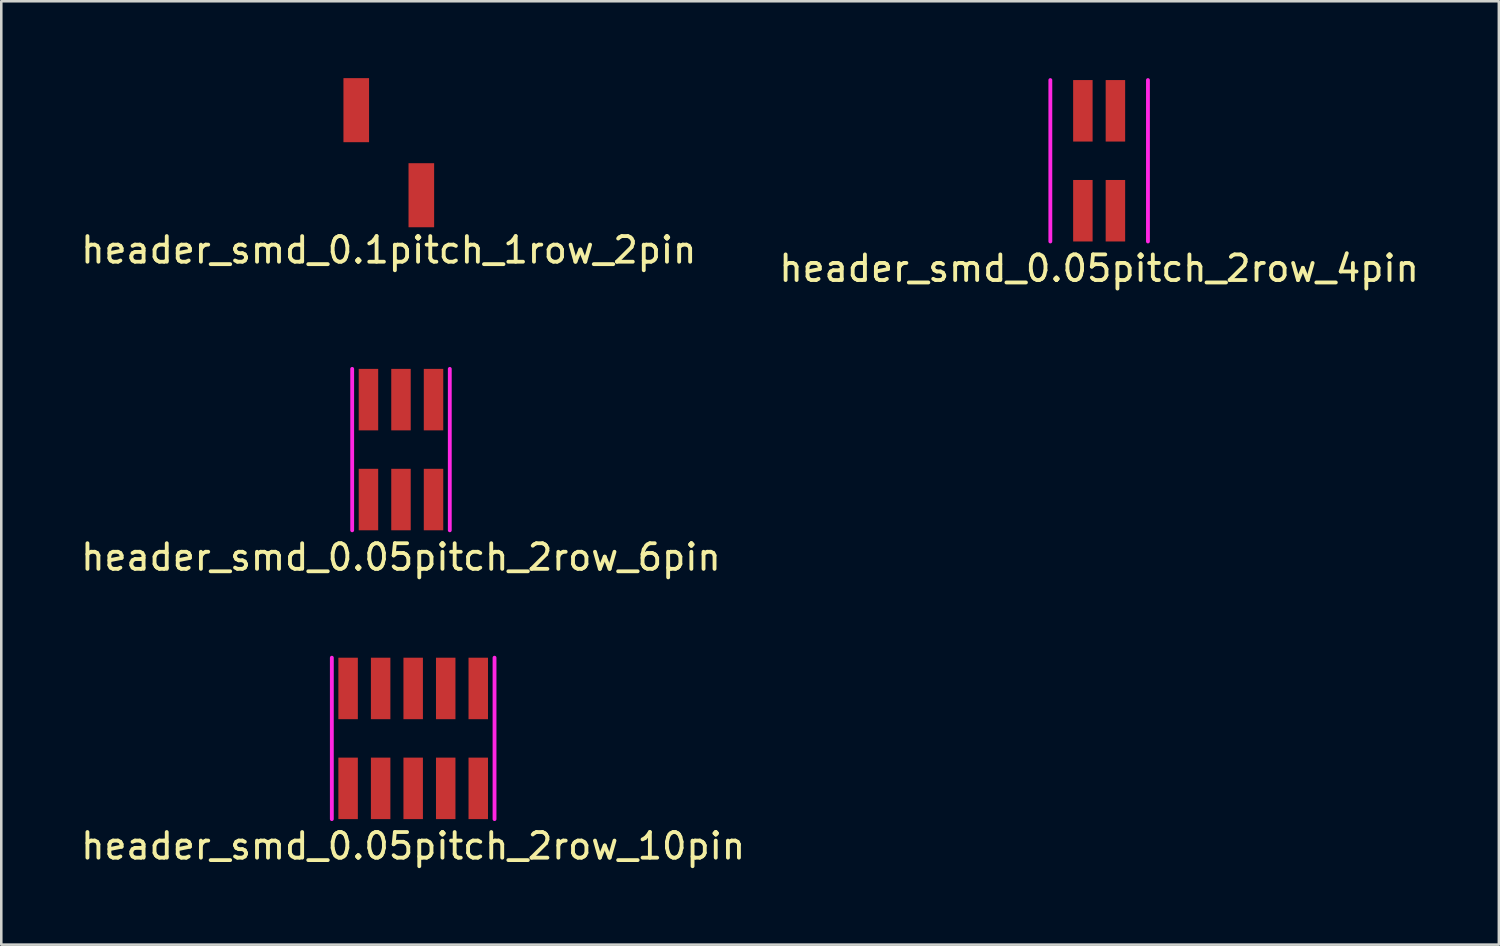
<source format=kicad_pcb>
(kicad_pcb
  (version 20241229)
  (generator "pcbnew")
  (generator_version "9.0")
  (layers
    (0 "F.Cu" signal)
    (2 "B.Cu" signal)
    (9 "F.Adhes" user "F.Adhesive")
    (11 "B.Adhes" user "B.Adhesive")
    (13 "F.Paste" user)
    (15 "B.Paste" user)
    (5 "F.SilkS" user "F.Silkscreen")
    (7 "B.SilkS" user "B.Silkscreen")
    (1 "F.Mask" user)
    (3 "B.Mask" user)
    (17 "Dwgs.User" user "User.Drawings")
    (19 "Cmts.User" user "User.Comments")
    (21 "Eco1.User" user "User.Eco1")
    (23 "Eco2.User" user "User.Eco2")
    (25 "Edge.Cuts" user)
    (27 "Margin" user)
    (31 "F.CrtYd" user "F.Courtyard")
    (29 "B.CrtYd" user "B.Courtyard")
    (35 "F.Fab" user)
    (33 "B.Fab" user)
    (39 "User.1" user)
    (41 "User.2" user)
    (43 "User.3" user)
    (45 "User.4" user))
  (footprint "header_smd_0.05pitch_2row_6pin"
    (layer "F.Cu")
    (at 12.601 14.498)
    (property "Reference" "header_smd_0.05pitch_2row_6pin" (at 0 4.2 0) (layer "F.SilkS") (effects (font (size 1 1) (thickness 0.15))))
    (attr through_hole)
    (fp_line (start -1.905 -3.15) (end -1.905 3.15) (stroke (width 0.15) (type solid)) (layer "F.CrtYd"))
    (fp_line (start 1.905 -3.15) (end 1.905 3.15) (stroke (width 0.15) (type solid)) (layer "F.CrtYd"))
    (pad "1" smd rect (at -1.27 1.95) (size 0.76 2.4) (layers "F.Cu" "F.Mask" "F.Paste"))
    (pad "2" smd rect (at -1.27 -1.95) (size 0.76 2.4) (layers "F.Cu" "F.Mask" "F.Paste"))
    (pad "3" smd rect (at 0 1.95) (size 0.76 2.4) (layers "F.Cu" "F.Mask" "F.Paste"))
    (pad "4" smd rect (at 0 -1.95) (size 0.76 2.4) (layers "F.Cu" "F.Mask" "F.Paste"))
    (pad "5" smd rect (at 1.27 1.95) (size 0.76 2.4) (layers "F.Cu" "F.Mask" "F.Paste"))
    (pad "6" smd rect (at 1.27 -1.95) (size 0.76 2.4) (layers "F.Cu" "F.Mask" "F.Paste")))
  (footprint "header_smd_0.05pitch_2row_4pin"
    (layer "F.Cu")
    (at 39.851 3.225)
    (property "Reference" "header_smd_0.05pitch_2row_4pin" (at 0 4.2 0) (layer "F.SilkS") (effects (font (size 1 1) (thickness 0.15))))
    (attr through_hole)
    (fp_line (start -1.905 -3.15) (end -1.905 3.15) (stroke (width 0.15) (type solid)) (layer "F.CrtYd"))
    (fp_line (start 1.905 -3.15) (end 1.905 3.15) (stroke (width 0.15) (type solid)) (layer "F.CrtYd"))
    (pad "1" smd rect (at -0.635 1.95) (size 0.76 2.4) (layers "F.Cu" "F.Mask" "F.Paste"))
    (pad "2" smd rect (at -0.635 -1.95) (size 0.76 2.4) (layers "F.Cu" "F.Mask" "F.Paste"))
    (pad "3" smd rect (at 0.635 1.95) (size 0.76 2.4) (layers "F.Cu" "F.Mask" "F.Paste"))
    (pad "4" smd rect (at 0.635 -1.95) (size 0.76 2.4) (layers "F.Cu" "F.Mask" "F.Paste")))
  (footprint "header_smd_0.1pitch_1row_2pin"
    (layer "F.Cu")
    (at 12.125 2.91)
    (property "Reference" "header_smd_0.1pitch_1row_2pin" (at 0 3.8 0) (layer "F.SilkS") (effects (font (size 1 1) (thickness 0.15))))
    (attr through_hole)
    (pad "1" smd rect (at -1.27 -1.66) (size 1 2.5) (layers "F.Cu" "F.Mask" "F.Paste"))
    (pad "2" smd rect (at 1.27 1.66) (size 1 2.5) (layers "F.Cu" "F.Mask" "F.Paste")))
  (footprint "header_smd_0.05pitch_2row_10pin"
    (layer "F.Cu")
    (at 13.077 25.771)
    (property "Reference" "header_smd_0.05pitch_2row_10pin" (at 0 4.2 0) (layer "F.SilkS") (effects (font (size 1 1) (thickness 0.15))))
    (attr through_hole)
    (fp_line (start -3.175 -3.15) (end -3.175 3.15) (stroke (width 0.15) (type solid)) (layer "F.CrtYd"))
    (fp_line (start 3.175 -3.15) (end 3.175 3.15) (stroke (width 0.15) (type solid)) (layer "F.CrtYd"))
    (pad "1" smd rect (at -2.54 1.95) (size 0.76 2.4) (layers "F.Cu" "F.Mask" "F.Paste"))
    (pad "2" smd rect (at -2.54 -1.95) (size 0.76 2.4) (layers "F.Cu" "F.Mask" "F.Paste"))
    (pad "3" smd rect (at -1.27 1.95) (size 0.76 2.4) (layers "F.Cu" "F.Mask" "F.Paste"))
    (pad "4" smd rect (at -1.27 -1.95) (size 0.76 2.4) (layers "F.Cu" "F.Mask" "F.Paste"))
    (pad "5" smd rect (at 0 1.95) (size 0.76 2.4) (layers "F.Cu" "F.Mask" "F.Paste"))
    (pad "6" smd rect (at 0 -1.95) (size 0.76 2.4) (layers "F.Cu" "F.Mask" "F.Paste"))
    (pad "7" smd rect (at 1.27 1.95) (size 0.76 2.4) (layers "F.Cu" "F.Mask" "F.Paste"))
    (pad "8" smd rect (at 1.27 -1.95) (size 0.76 2.4) (layers "F.Cu" "F.Mask" "F.Paste"))
    (pad "9" smd rect (at 2.54 1.95) (size 0.76 2.4) (layers "F.Cu" "F.Mask" "F.Paste"))
    (pad "10" smd rect (at 2.54 -1.95) (size 0.76 2.4) (layers "F.Cu" "F.Mask" "F.Paste")))
  (gr_rect
    (start -3 -3)
    (end 55.452 33.82)
    (stroke (width 0.1) (type default))
    (fill no)
    (layer "Edge.Cuts")))
</source>
